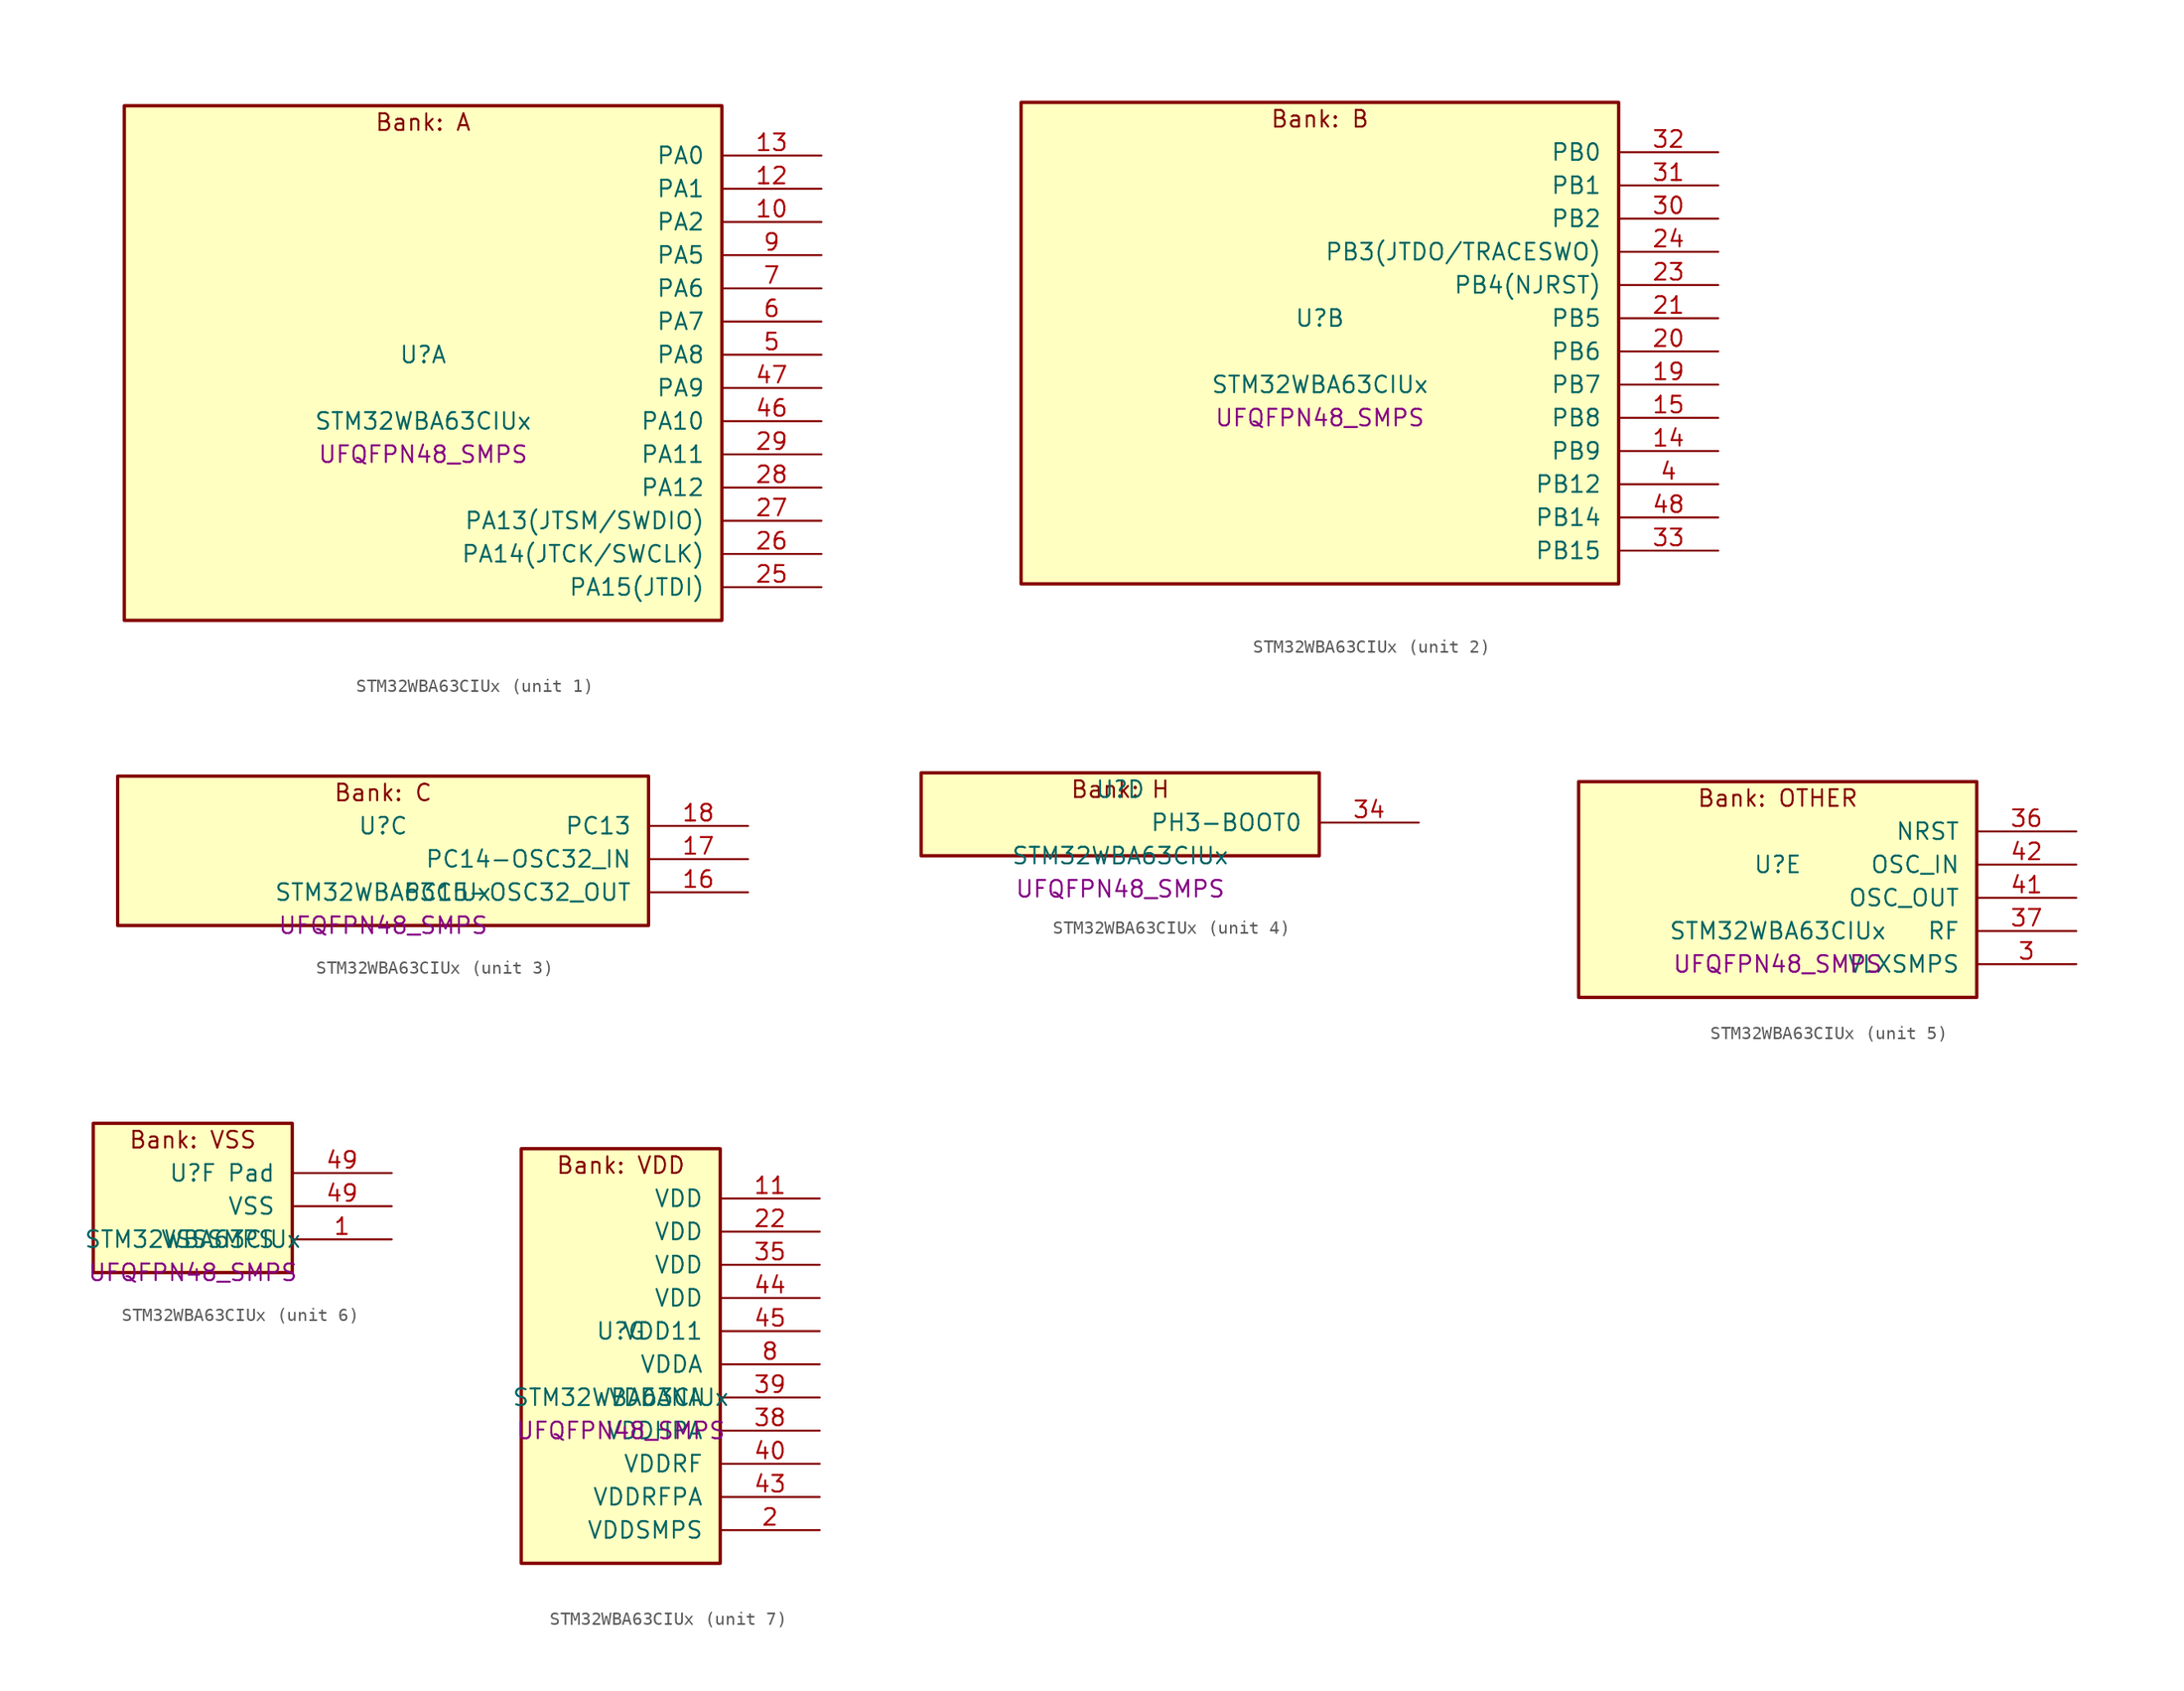
<source format=kicad_sym>
(kicad_symbol_lib
  (version 20241209)
  (generator "stm32_pkl_generator")
  (generator_version "1.0")
  (symbol "STM32WBA63CIUx"
    (pin_names
      (offset 1.27))
    (property "Reference" "U"
      (at 0 2.54 0))
    (property "Value" "STM32WBA63CIUx"
      (at 0 -2.54 0))
    (property "Footprint" "UFQFPN48_SMPS"
      (at 0 -5.08 0))
    (symbol "STM32WBA63CIUx_1_1"
      (rectangle (start -22.86 21.59) (end 22.86 -17.78) (stroke (width 0.254) (type solid)) (fill (type background)))
      (text "Bank: A" (at 0 20.32 0))
      (pin bidirectional line (at 30.48 17.78 180) (length 7.62) (name "PA0") (number "13") (alternate "PA0/ADC4_IN9" bidirectional line) (alternate "PA0/COMP2_INP" bidirectional line) (alternate "PA0/LPTIM1_IN1" bidirectional line) (alternate "PA0/LPUART1_CTS" bidirectional line) (alternate "PA0/PWR_WKUP1" bidirectional line) (alternate "PA0/SPI3_SCK" bidirectional line) (alternate "PA0/TIM1_CH2N" bidirectional line) (alternate "PA0/TIM3_CH3" bidirectional line) (alternate "PA0/TIM3_ETR" bidirectional line) (alternate "PA0/TSC_G2_IO2" bidirectional line))
      (pin bidirectional line (at 30.48 15.24 180) (length 7.62) (name "PA1") (number "12") (alternate "PA1/ADC4_IN8" bidirectional line) (alternate "PA1/COMP1_INM" bidirectional line) (alternate "PA1/LPTIM2_CH2" bidirectional line) (alternate "PA1/LPUART1_RX" bidirectional line) (alternate "PA1/PWR_WKUP3" bidirectional line) (alternate "PA1/SAI1_CK1" bidirectional line) (alternate "PA1/SPI1_RDY" bidirectional line) (alternate "PA1/SPI3_MISO" bidirectional line) (alternate "PA1/TIM17_CH1" bidirectional line) (alternate "PA1/TIM1_CH1N" bidirectional line) (alternate "PA1/TIM3_CH2" bidirectional line) (alternate "PA1/TSC_G2_IO1" bidirectional line) (alternate "PA1/USART1_CK" bidirectional line))
      (pin bidirectional line (at 30.48 12.7 180) (length 7.62) (name "PA2") (number "10") (alternate "PA2/ADC4_IN7" bidirectional line) (alternate "PA2/COMP1_INP" bidirectional line) (alternate "PA2/LPUART1_TX" bidirectional line) (alternate "PA2/PWR_WKUP4" bidirectional line) (alternate "PA2/RCC_LSCO" bidirectional line) (alternate "PA2/SAI1_D1" bidirectional line) (alternate "PA2/TIM16_CH1" bidirectional line) (alternate "PA2/TIM1_BKIN" bidirectional line) (alternate "PA2/TIM3_CH1" bidirectional line) (alternate "PA2/TSC_G4_IO4" bidirectional line) (alternate "PA2/USART1_DE" bidirectional line) (alternate "PA2/USART1_RTS" bidirectional line))
      (pin bidirectional line (at 30.48 10.16 180) (length 7.62) (name "PA5") (number "9") (alternate "PA5/ADC4_IN4" bidirectional line) (alternate "PA5/AUDIOCLK" bidirectional line) (alternate "PA5/LPTIM2_ETR" bidirectional line) (alternate "PA5/PWR_CSLEEP" bidirectional line) (alternate "PA5/PWR_WKUP6" bidirectional line) (alternate "PA5/SAI1_D2" bidirectional line) (alternate "PA5/SPI3_NSS" bidirectional line) (alternate "PA5/TIM2_CH1" bidirectional line) (alternate "PA5/TIM2_ETR" bidirectional line) (alternate "PA5/TSC_G1_IO4" bidirectional line) (alternate "PA5/USART1_CK" bidirectional line))
      (pin bidirectional line (at 30.48 7.62 180) (length 7.62) (name "PA6") (number "7") (alternate "PA6/ADC4_IN3" bidirectional line) (alternate "PA6/I2C3_SCL" bidirectional line) (alternate "PA6/PWR_CSTOP" bidirectional line) (alternate "PA6/PWR_WKUP7" bidirectional line) (alternate "PA6/SAI1_CK2" bidirectional line) (alternate "PA6/SAI1_MCLK_A" bidirectional line) (alternate "PA6/SPI3_RDY" bidirectional line) (alternate "PA6/TIM2_CH4" bidirectional line) (alternate "PA6/TSC_G1_IO3" bidirectional line) (alternate "PA6/USART1_DE" bidirectional line) (alternate "PA6/USART1_RTS" bidirectional line))
      (pin bidirectional line (at 30.48 5.08 180) (length 7.62) (name "PA7") (number "6") (alternate "PA7/ADC4_IN2" bidirectional line) (alternate "PA7/COMP1_OUT" bidirectional line) (alternate "PA7/I2C3_SDA" bidirectional line) (alternate "PA7/PWR_WKUP8" bidirectional line) (alternate "PA7/SAI1_SCK_A" bidirectional line) (alternate "PA7/SPI3_SCK" bidirectional line) (alternate "PA7/TAMP_IN1" bidirectional line) (alternate "PA7/TAMP_OUT2" bidirectional line) (alternate "PA7/TIM2_CH3" bidirectional line) (alternate "PA7/TSC_G1_IO2" bidirectional line) (alternate "PA7/USART1_CTS" bidirectional line))
      (pin bidirectional line (at 30.48 2.54 180) (length 7.62) (name "PA8") (number "5") (alternate "PA8/ADC4_IN1" bidirectional line) (alternate "PA8/LPTIM1_CH2" bidirectional line) (alternate "PA8/RCC_MCO" bidirectional line) (alternate "PA8/SAI1_FS_A" bidirectional line) (alternate "PA8/SPI3_RDY" bidirectional line) (alternate "PA8/TIM2_CH2" bidirectional line) (alternate "PA8/TSC_G1_IO1" bidirectional line) (alternate "PA8/USART1_RX" bidirectional line))
      (pin bidirectional line (at 30.48 0 180) (length 7.62) (name "PA9") (number "47") (alternate "PA9/LPUART1_DE" bidirectional line) (alternate "PA9/LPUART1_RTS" bidirectional line) (alternate "PA9/SAI1_CK1" bidirectional line) (alternate "PA9/TIM3_CH2" bidirectional line))
      (pin bidirectional line (at 30.48 -2.54 180) (length 7.62) (name "PA10") (number "46") (alternate "PA10/LPUART1_RX" bidirectional line) (alternate "PA10/SAI1_D1" bidirectional line) (alternate "PA10/TIM3_CH1" bidirectional line))
      (pin bidirectional line (at 30.48 -5.08 180) (length 7.62) (name "PA11") (number "29") (alternate "PA11/LPTIM2_CH1" bidirectional line) (alternate "PA11/RF_ANTSW1" bidirectional line) (alternate "PA11/TIM1_CH1" bidirectional line) (alternate "PA11/USART2_RX" bidirectional line))
      (pin bidirectional line (at 30.48 -7.62 180) (length 7.62) (name "PA12") (number "28") (alternate "PA12/COMP2_OUT" bidirectional line) (alternate "PA12/PTA_STATUS" bidirectional line) (alternate "PA12/PWR_WKUP6" bidirectional line) (alternate "PA12/RF_ANTSW0" bidirectional line) (alternate "PA12/SPI1_NSS" bidirectional line) (alternate "PA12/TIM1_CH2" bidirectional line) (alternate "PA12/TSC_G3_IO4" bidirectional line) (alternate "PA12/USART2_TX" bidirectional line))
      (pin bidirectional line (at 30.48 -10.16 180) (length 7.62) (name "PA13(JTSM/SWDIO)") (number "27") (alternate "PA13(JTSM/SWDIO)/DEBUG_JTMS-SWDIO" bidirectional line) (alternate "PA13(JTSM/SWDIO)/IR_OUT" bidirectional line) (alternate "PA13(JTSM/SWDIO)/PTA_PRIORITY" bidirectional line))
      (pin bidirectional line (at 30.48 -12.7 180) (length 7.62) (name "PA14(JTCK/SWCLK)") (number "26") (alternate "PA14(JTCK/SWCLK)/COMP2_OUT" bidirectional line) (alternate "PA14(JTCK/SWCLK)/DEBUG_JTCK-SWCLK" bidirectional line) (alternate "PA14(JTCK/SWCLK)/PTA_STATUS" bidirectional line) (alternate "PA14(JTCK/SWCLK)/TAMP_IN3" bidirectional line) (alternate "PA14(JTCK/SWCLK)/TAMP_OUT6" bidirectional line) (alternate "PA14(JTCK/SWCLK)/USART2_TX" bidirectional line))
      (pin bidirectional line (at 30.48 -15.24 180) (length 7.62) (name "PA15(JTDI)") (number "25") (alternate "PA15(JTDI)/ADC4_EXTI15" bidirectional line) (alternate "PA15(JTDI)/DEBUG_JTDI" bidirectional line) (alternate "PA15(JTDI)/I2C1_SCL" bidirectional line) (alternate "PA15(JTDI)/LPTIM1_CH2" bidirectional line) (alternate "PA15(JTDI)/PTA_STATUS" bidirectional line) (alternate "PA15(JTDI)/SPI1_MOSI" bidirectional line) (alternate "PA15(JTDI)/TIM17_BKIN" bidirectional line) (alternate "PA15(JTDI)/TIM1_ETR" bidirectional line) (alternate "PA15(JTDI)/TSC_G3_IO3" bidirectional line) (alternate "PA15(JTDI)/USART2_DE" bidirectional line) (alternate "PA15(JTDI)/USART2_RTS" bidirectional line)))
    (symbol "STM32WBA63CIUx_2_1"
      (rectangle (start -22.86 19.05) (end 22.86 -17.78) (stroke (width 0.254) (type solid)) (fill (type background)))
      (text "Bank: B" (at 0 17.78 0))
      (pin bidirectional line (at 30.48 15.24 180) (length 7.62) (name "PB0") (number "32") (alternate "PB0/LPTIM2_IN2" bidirectional line) (alternate "PB0/TIM1_CH3N" bidirectional line) (alternate "PB0/USART2_TX" bidirectional line))
      (pin bidirectional line (at 30.48 12.7 180) (length 7.62) (name "PB1") (number "31") (alternate "PB1/I2C1_SDA" bidirectional line) (alternate "PB1/I2C3_SDA" bidirectional line) (alternate "PB1/PWR_WKUP4" bidirectional line) (alternate "PB1/TIM1_CH2N" bidirectional line) (alternate "PB1/USART2_DE" bidirectional line) (alternate "PB1/USART2_RTS" bidirectional line))
      (pin bidirectional line (at 30.48 10.16 180) (length 7.62) (name "PB2") (number "30") (alternate "PB2/I2C1_SCL" bidirectional line) (alternate "PB2/I2C3_SCL" bidirectional line) (alternate "PB2/PWR_WKUP1" bidirectional line) (alternate "PB2/RF_ANTSW2" bidirectional line) (alternate "PB2/RTC_OUT2" bidirectional line) (alternate "PB2/TIM1_CH1N" bidirectional line) (alternate "PB2/USART2_CTS" bidirectional line))
      (pin bidirectional line (at 30.48 7.62 180) (length 7.62) (name "PB3(JTDO/TRACESWO)") (number "24") (alternate "PB3(JTDO/TRACESWO)/DEBUG_JTDO-SWO" bidirectional line) (alternate "PB3(JTDO/TRACESWO)/I2C1_SDA" bidirectional line) (alternate "PB3(JTDO/TRACESWO)/LPTIM1_IN2" bidirectional line) (alternate "PB3(JTDO/TRACESWO)/PTA_ACTIVE" bidirectional line) (alternate "PB3(JTDO/TRACESWO)/SPI1_MISO" bidirectional line) (alternate "PB3(JTDO/TRACESWO)/TIM17_CH1N" bidirectional line) (alternate "PB3(JTDO/TRACESWO)/TIM1_CH4" bidirectional line) (alternate "PB3(JTDO/TRACESWO)/TSC_G3_IO2" bidirectional line) (alternate "PB3(JTDO/TRACESWO)/USART2_CK" bidirectional line))
      (pin bidirectional line (at 30.48 5.08 180) (length 7.62) (name "PB4(NJRST)") (number "23") (alternate "PB4(NJRST)/DEBUG_NJTRST" bidirectional line) (alternate "PB4(NJRST)/LPTIM2_IN2" bidirectional line) (alternate "PB4(NJRST)/PTA_ACTIVE" bidirectional line) (alternate "PB4(NJRST)/PTA_PRIORITY" bidirectional line) (alternate "PB4(NJRST)/SAI1_MCLK_B" bidirectional line) (alternate "PB4(NJRST)/SPI1_SCK" bidirectional line) (alternate "PB4(NJRST)/TIM17_CH1" bidirectional line) (alternate "PB4(NJRST)/TIM1_CH3" bidirectional line) (alternate "PB4(NJRST)/TSC_G3_IO1" bidirectional line) (alternate "PB4(NJRST)/USART2_RX" bidirectional line))
      (pin bidirectional line (at 30.48 2.54 180) (length 7.62) (name "PB5") (number "21") (alternate "PB5/LPUART1_TX" bidirectional line) (alternate "PB5/SAI1_D2" bidirectional line) (alternate "PB5/SAI1_FS_B" bidirectional line) (alternate "PB5/TIM3_CH1" bidirectional line) (alternate "PB5/TSC_G5_IO4" bidirectional line))
      (pin bidirectional line (at 30.48 0 180) (length 7.62) (name "PB6") (number "20") (alternate "PB6/PWR_WKUP3" bidirectional line) (alternate "PB6/SAI1_SCK_B" bidirectional line) (alternate "PB6/TIM2_CH1" bidirectional line) (alternate "PB6/TIM2_ETR" bidirectional line) (alternate "PB6/TSC_G5_IO3" bidirectional line))
      (pin bidirectional line (at 30.48 -2.54 180) (length 7.62) (name "PB7") (number "19") (alternate "PB7/PWR_WKUP5" bidirectional line) (alternate "PB7/SAI1_SD_B" bidirectional line) (alternate "PB7/TAMP_IN5" bidirectional line) (alternate "PB7/TAMP_OUT4" bidirectional line) (alternate "PB7/TIM1_CH4N" bidirectional line) (alternate "PB7/TSC_G5_IO2" bidirectional line))
      (pin bidirectional line (at 30.48 -5.08 180) (length 7.62) (name "PB8") (number "15") (alternate "PB8/COMP1_OUT" bidirectional line) (alternate "PB8/LPTIM1_ETR" bidirectional line) (alternate "PB8/PWR_PVD_IN" bidirectional line) (alternate "PB8/SPI3_MOSI" bidirectional line) (alternate "PB8/TIM16_CH1N" bidirectional line) (alternate "PB8/TIM1_CH1" bidirectional line) (alternate "PB8/TIM3_ETR" bidirectional line) (alternate "PB8/TSC_G2_IO4" bidirectional line) (alternate "PB8/USART2_RX" bidirectional line))
      (pin bidirectional line (at 30.48 -7.62 180) (length 7.62) (name "PB9") (number "14") (alternate "PB9/ADC4_IN10" bidirectional line) (alternate "PB9/COMP2_INM" bidirectional line) (alternate "PB9/IR_OUT" bidirectional line) (alternate "PB9/LPTIM2_IN1" bidirectional line) (alternate "PB9/LPUART1_DE" bidirectional line) (alternate "PB9/LPUART1_RTS" bidirectional line) (alternate "PB9/PWR_WKUP8" bidirectional line) (alternate "PB9/SPI3_MISO" bidirectional line) (alternate "PB9/TIM16_CH1" bidirectional line) (alternate "PB9/TIM1_CH3N" bidirectional line) (alternate "PB9/TIM3_CH4" bidirectional line) (alternate "PB9/TSC_G2_IO3" bidirectional line))
      (pin bidirectional line (at 30.48 -10.16 180) (length 7.62) (name "PB12") (number "4") (alternate "PB12/SAI1_SD_A" bidirectional line) (alternate "PB12/SPI1_RDY" bidirectional line) (alternate "PB12/TIM2_CH1" bidirectional line) (alternate "PB12/TIM2_ETR" bidirectional line) (alternate "PB12/TIM3_ETR" bidirectional line) (alternate "PB12/TSC_SYNC" bidirectional line) (alternate "PB12/USART1_TX" bidirectional line))
      (pin bidirectional line (at 30.48 -12.7 180) (length 7.62) (name "PB14") (number "48") (alternate "PB14/PWR_WKUP7" bidirectional line) (alternate "PB14/RTC_REFIN" bidirectional line) (alternate "PB14/SAI1_SD_A" bidirectional line) (alternate "PB14/TIM3_CH3" bidirectional line) (alternate "PB14/TSC_G6_IO1" bidirectional line) (alternate "PB14/USART1_TX" bidirectional line))
      (pin bidirectional line (at 30.48 -15.24 180) (length 7.62) (name "PB15") (number "33") (alternate "PB15/ADC4_EXTI15" bidirectional line) (alternate "PB15/I2C1_SMBA" bidirectional line) (alternate "PB15/I2C3_SMBA" bidirectional line) (alternate "PB15/LPUART1_CTS" bidirectional line) (alternate "PB15/PTA_GRANT" bidirectional line) (alternate "PB15/RF_EXTPABYP" bidirectional line) (alternate "PB15/TIM16_BKIN" bidirectional line) (alternate "PB15/TIM1_BKIN2" bidirectional line) (alternate "PB15/USART2_CTS" bidirectional line)))
    (symbol "STM32WBA63CIUx_3_1"
      (rectangle (start -20.32 6.35) (end 20.32 -5.08) (stroke (width 0.254) (type solid)) (fill (type background)))
      (text "Bank: C" (at 0 5.08 0))
      (pin bidirectional line (at 27.94 2.54 180) (length 7.62) (name "PC13") (number "18") (alternate "PC13/PWR_WKUP2" bidirectional line) (alternate "PC13/RTC_OUT1" bidirectional line) (alternate "PC13/RTC_TS" bidirectional line) (alternate "PC13/TAMP_IN4" bidirectional line) (alternate "PC13/TAMP_OUT5" bidirectional line) (alternate "PC13/TIM1_BKIN2" bidirectional line) (alternate "PC13/TSC_G5_IO1" bidirectional line))
      (pin bidirectional line (at 27.94 0 180) (length 7.62) (name "PC14-OSC32_IN") (number "17") (alternate "PC14-OSC32_IN/RCC_OSC32_IN" bidirectional line))
      (pin bidirectional line (at 27.94 -2.54 180) (length 7.62) (name "PC15-OSC32_OUT") (number "16") (alternate "PC15-OSC32_OUT/ADC4_EXTI15" bidirectional line) (alternate "PC15-OSC32_OUT/RCC_OSC32_OUT" bidirectional line)))
    (symbol "STM32WBA63CIUx_4_1"
      (rectangle (start -15.24 3.81) (end 15.24 -2.54) (stroke (width 0.254) (type solid)) (fill (type background)))
      (text "Bank: H" (at 0 2.54 0))
      (pin bidirectional line (at 22.86 0 180) (length 7.62) (name "PH3-BOOT0") (number "34") (alternate "PH3-BOOT0/PTA_GRANT" bidirectional line) (alternate "PH3-BOOT0/RF_EXTPABYP" bidirectional line) (alternate "PH3-BOOT0/TAMP_IN2" bidirectional line) (alternate "PH3-BOOT0/TAMP_OUT1" bidirectional line)))
    (symbol "STM32WBA63CIUx_5_1"
      (rectangle (start -15.24 8.89) (end 15.24 -7.62) (stroke (width 0.254) (type solid)) (fill (type background)))
      (text "Bank: OTHER" (at 0 7.62 0))
      (pin input line (at 22.86 5.08 180) (length 7.62) (name "NRST") (number "36"))
      (pin bidirectional line (at 22.86 2.54 180) (length 7.62) (name "OSC_IN") (number "42") (alternate "OSC_IN/RCC_OSC_IN" bidirectional line))
      (pin bidirectional line (at 22.86 0 180) (length 7.62) (name "OSC_OUT") (number "41") (alternate "OSC_OUT/RCC_OSC_OUT" bidirectional line))
      (pin bidirectional line (at 22.86 -2.54 180) (length 7.62) (name "RF") (number "37"))
      (pin power_in line (at 22.86 -5.08 180) (length 7.62) (name "VLXSMPS") (number "3")))
    (symbol "STM32WBA63CIUx_6_1"
      (rectangle (start -7.62 6.35) (end 7.62 -5.08) (stroke (width 0.254) (type solid)) (fill (type background)))
      (text "Bank: VSS" (at 0 5.08 0))
      (pin passive line (at 15.24 2.54 180) (length 7.62) (name "Pad") (number "49"))
      (pin power_in line (at 15.24 0 180) (length 7.62) (name "VSS") (number "49"))
      (pin power_in line (at 15.24 -2.54 180) (length 7.62) (name "VSSSMPS") (number "1")))
    (symbol "STM32WBA63CIUx_7_1"
      (rectangle (start -7.62 16.51) (end 7.62 -15.24) (stroke (width 0.254) (type solid)) (fill (type background)))
      (text "Bank: VDD" (at 0 15.24 0))
      (pin power_in line (at 15.24 12.7 180) (length 7.62) (name "VDD") (number "11"))
      (pin power_in line (at 15.24 10.16 180) (length 7.62) (name "VDD") (number "22"))
      (pin power_in line (at 15.24 7.62 180) (length 7.62) (name "VDD") (number "35"))
      (pin power_in line (at 15.24 5.08 180) (length 7.62) (name "VDD") (number "44"))
      (pin power_in line (at 15.24 2.54 180) (length 7.62) (name "VDD11") (number "45"))
      (pin power_in line (at 15.24 0 180) (length 7.62) (name "VDDA") (number "8"))
      (pin power_in line (at 15.24 -2.54 180) (length 7.62) (name "VDDANA") (number "39"))
      (pin power_in line (at 15.24 -5.08 180) (length 7.62) (name "VDDHPA") (number "38"))
      (pin power_in line (at 15.24 -7.62 180) (length 7.62) (name "VDDRF") (number "40"))
      (pin power_in line (at 15.24 -10.16 180) (length 7.62) (name "VDDRFPA") (number "43"))
      (pin power_in line (at 15.24 -12.7 180) (length 7.62) (name "VDDSMPS") (number "2")))))
</source>
